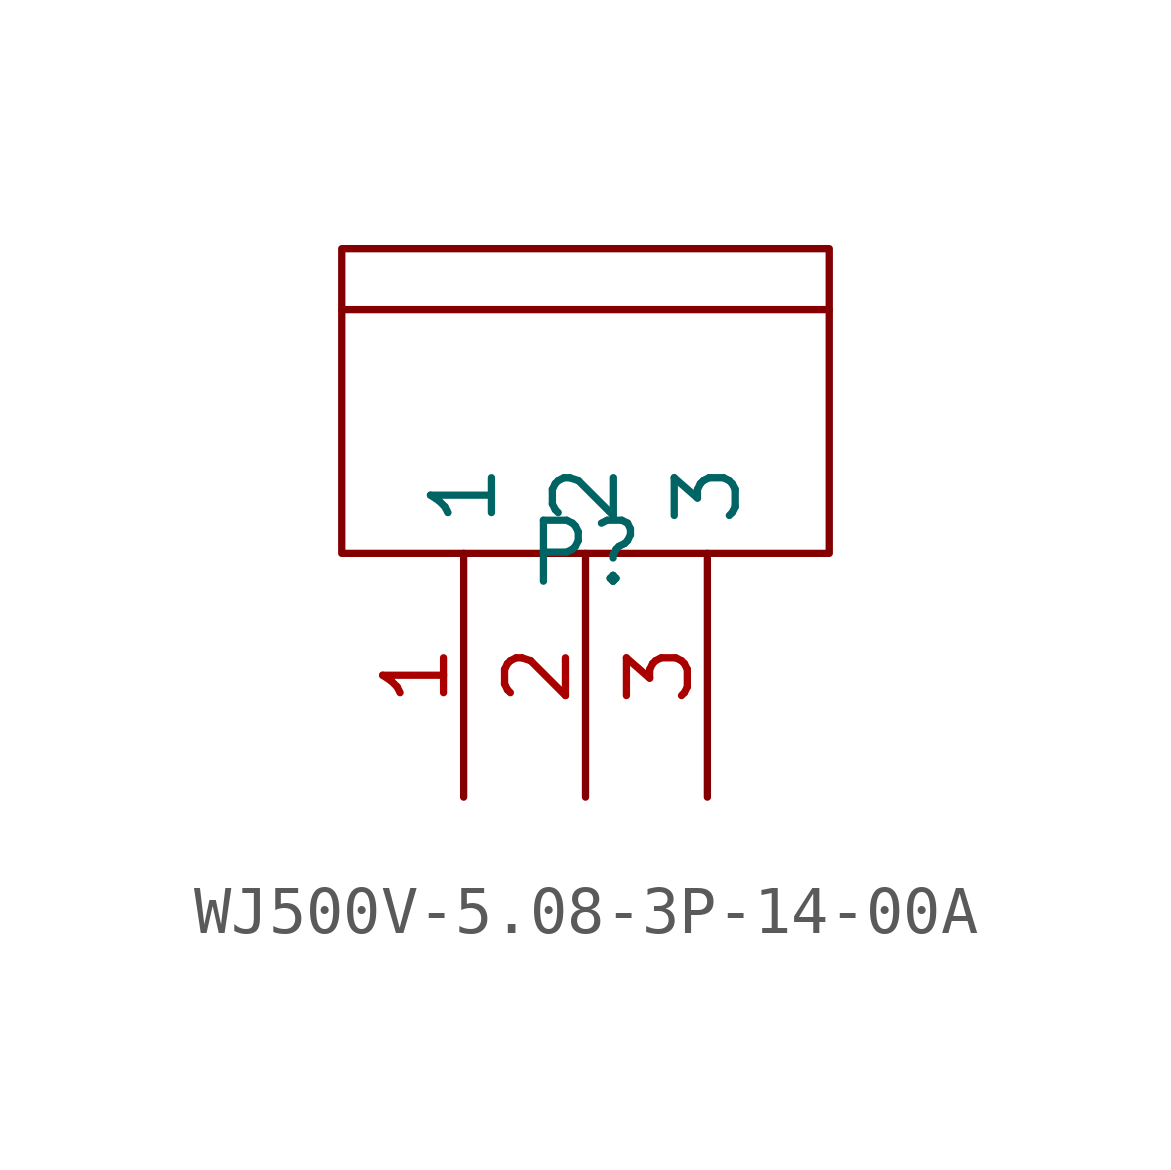
<source format=kicad_sym>
(kicad_symbol_lib
  (version 20241209)
  (generator "kicad_symbol_editor")
  (generator_version "9.0")
  (symbol "WJ500V-5.08-3P-14-00A"
    (property "Reference" "P"
      (at 0 0 0)
      (effects (font (size 1.27 1.27))))
    (property "Value" ""
      (at 0 0 0)
      (effects (font (size 1.27 1.27))))
    (symbol "WJ500V-5.08-3P-14-00A_1_0"
      (polyline (pts (xy -5.08 5.08) (xy -5.08 6.35) (xy -5.08 6.35) (xy 5.08 6.35) (xy 5.08 6.35) (xy 5.08 5.08)) (stroke (width 0) (type default)) (fill (type none)))
      (rectangle (start -5.08 0) (end 5.08 5.08) (stroke (width 0) (type default)) (fill (type none)))
      (pin unspecified line (at -2.54 -5.08 90) (length 5.08) (name "1" (effects (font (size 1.27 1.27)))) (number "1" (effects (font (size 1.27 1.27)))))
      (pin unspecified line (at 0 -5.08 90) (length 5.08) (name "2" (effects (font (size 1.27 1.27)))) (number "2" (effects (font (size 1.27 1.27)))))
      (pin unspecified line (at 2.54 -5.08 90) (length 5.08) (name "3" (effects (font (size 1.27 1.27)))) (number "3" (effects (font (size 1.27 1.27))))))))
</source>
